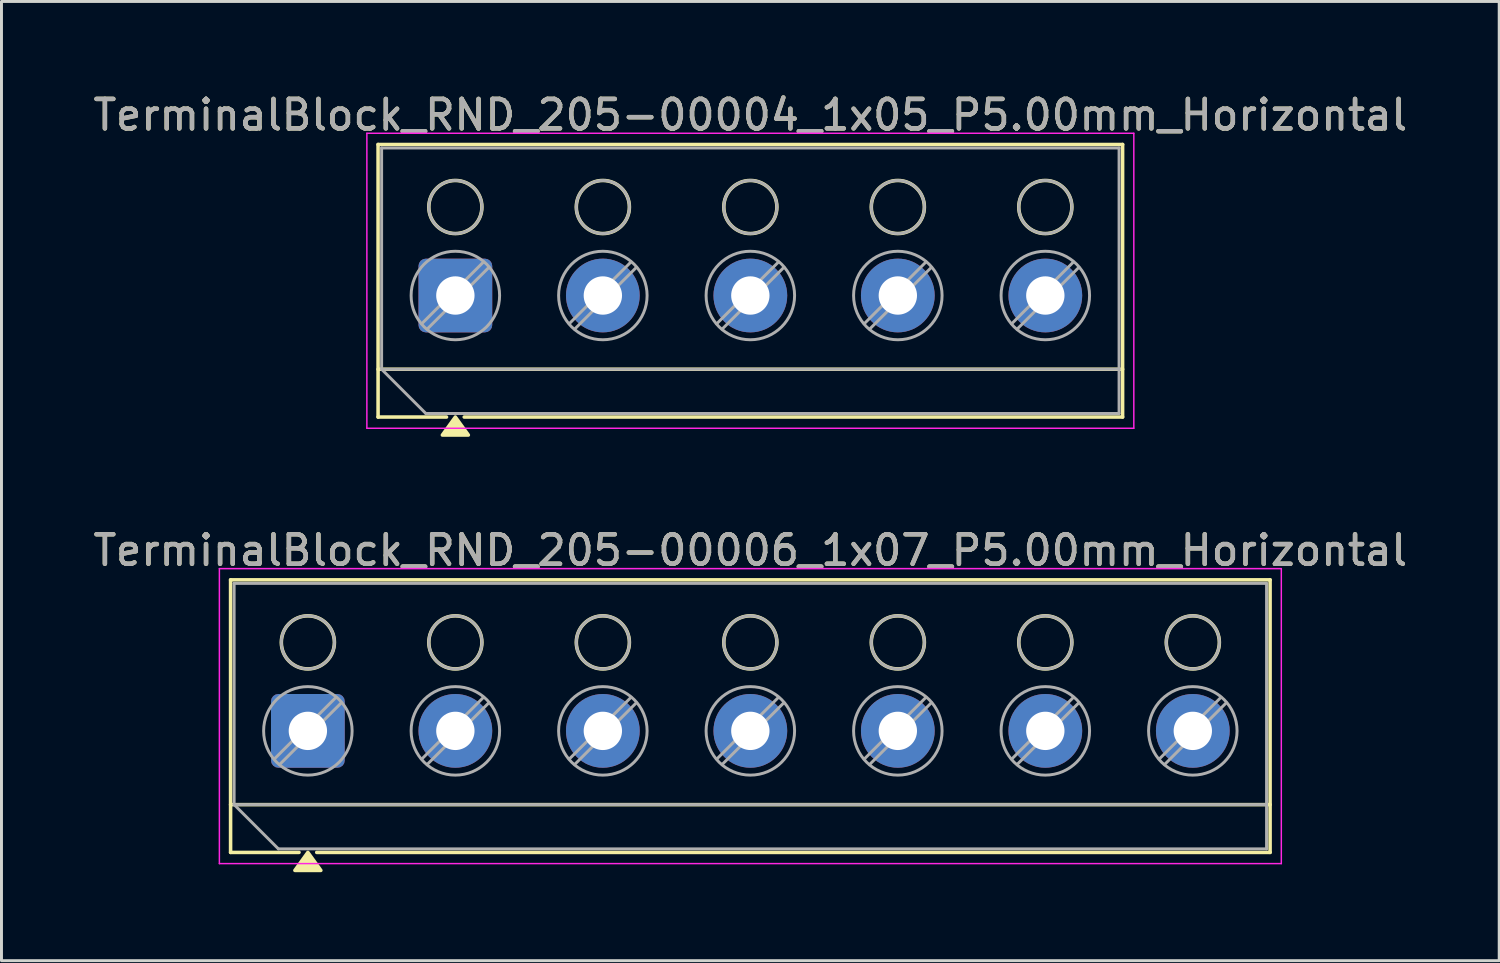
<source format=kicad_pcb>
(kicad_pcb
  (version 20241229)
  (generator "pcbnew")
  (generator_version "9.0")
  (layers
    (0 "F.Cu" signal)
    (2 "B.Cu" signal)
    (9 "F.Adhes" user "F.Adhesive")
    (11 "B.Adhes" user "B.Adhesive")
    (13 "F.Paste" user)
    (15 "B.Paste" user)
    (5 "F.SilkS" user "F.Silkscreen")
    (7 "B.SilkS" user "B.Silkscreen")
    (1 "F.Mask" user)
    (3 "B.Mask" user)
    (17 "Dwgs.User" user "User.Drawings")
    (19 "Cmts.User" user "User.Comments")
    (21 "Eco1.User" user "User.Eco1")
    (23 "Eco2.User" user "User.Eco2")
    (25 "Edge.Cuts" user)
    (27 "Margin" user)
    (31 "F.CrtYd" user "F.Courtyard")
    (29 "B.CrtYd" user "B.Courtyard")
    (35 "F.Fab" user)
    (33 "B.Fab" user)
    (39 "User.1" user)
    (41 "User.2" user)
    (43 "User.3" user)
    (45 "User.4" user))
  (footprint "TerminalBlock_RND_205-00004_1x05_P5.00mm_Horizontal"
    (layer "F.Cu")
    (at 12.387 6.968)
    (property "Reference" "TerminalBlock_RND_205-00004_1x05_P5.00mm_Horizontal" (at 10 -6.12 0) (layer "F.SilkS") (effects (font (size 1 1) (thickness 0.15))))
    (attr through_hole)
    (fp_line (start -2.62 -5.12) (end 22.62 -5.12) (stroke (width 0.12) (type solid)) (layer "F.SilkS"))
    (fp_line (start -2.62 2.5) (end 22.62 2.5) (stroke (width 0.12) (type solid)) (layer "F.SilkS"))
    (fp_line (start -2.62 4.12) (end -2.62 -5.12) (stroke (width 0.12) (type solid)) (layer "F.SilkS"))
    (fp_line (start -0.3 4.12) (end -2.62 4.12) (stroke (width 0.12) (type solid)) (layer "F.SilkS"))
    (fp_line (start 22.62 -5.12) (end 22.62 4.12) (stroke (width 0.12) (type solid)) (layer "F.SilkS"))
    (fp_line (start 22.62 4.12) (end 0.3 4.12) (stroke (width 0.12) (type solid)) (layer "F.SilkS"))
    (fp_circle (center 0 -3) (end 0.9 -3) (stroke (width 0.12) (type solid)) (fill no) (layer "F.SilkS"))
    (fp_circle (center 5 -3) (end 5.9 -3) (stroke (width 0.12) (type solid)) (fill no) (layer "F.SilkS"))
    (fp_circle (center 10 -3) (end 10.9 -3) (stroke (width 0.12) (type solid)) (fill no) (layer "F.SilkS"))
    (fp_circle (center 15 -3) (end 15.9 -3) (stroke (width 0.12) (type solid)) (fill no) (layer "F.SilkS"))
    (fp_circle (center 20 -3) (end 20.9 -3) (stroke (width 0.12) (type solid)) (fill no) (layer "F.SilkS"))
    (fp_poly (pts (xy 0 4.12) (xy 0.44 4.73) (xy -0.44 4.73)) (stroke (width 0.12) (type solid)) (fill yes) (layer "F.SilkS"))
    (fp_line (start -3 -5.5) (end -3 4.5) (stroke (width 0.05) (type solid)) (layer "F.CrtYd"))
    (fp_line (start -3 4.5) (end 23 4.5) (stroke (width 0.05) (type solid)) (layer "F.CrtYd"))
    (fp_line (start 23 -5.5) (end -3 -5.5) (stroke (width 0.05) (type solid)) (layer "F.CrtYd"))
    (fp_line (start 23 4.5) (end 23 -5.5) (stroke (width 0.05) (type solid)) (layer "F.CrtYd"))
    (fp_line (start -2.5 -5) (end 22.5 -5) (stroke (width 0.1) (type solid)) (layer "F.Fab"))
    (fp_line (start -2.5 2.5) (end -2.5 -5) (stroke (width 0.1) (type solid)) (layer "F.Fab"))
    (fp_line (start -2.5 2.5) (end 22.5 2.5) (stroke (width 0.1) (type solid)) (layer "F.Fab"))
    (fp_line (start -1 4) (end -2.5 2.5) (stroke (width 0.1) (type solid)) (layer "F.Fab"))
    (fp_line (start 0.955 -1.138) (end -1.138 0.955) (stroke (width 0.1) (type solid)) (layer "F.Fab"))
    (fp_line (start 1.138 -0.955) (end -0.955 1.138) (stroke (width 0.1) (type solid)) (layer "F.Fab"))
    (fp_line (start 5.955 -1.138) (end 3.862 0.955) (stroke (width 0.1) (type solid)) (layer "F.Fab"))
    (fp_line (start 6.138 -0.955) (end 4.045 1.138) (stroke (width 0.1) (type solid)) (layer "F.Fab"))
    (fp_line (start 10.955 -1.138) (end 8.862 0.955) (stroke (width 0.1) (type solid)) (layer "F.Fab"))
    (fp_line (start 11.138 -0.955) (end 9.045 1.138) (stroke (width 0.1) (type solid)) (layer "F.Fab"))
    (fp_line (start 15.955 -1.138) (end 13.862 0.955) (stroke (width 0.1) (type solid)) (layer "F.Fab"))
    (fp_line (start 16.138 -0.955) (end 14.045 1.138) (stroke (width 0.1) (type solid)) (layer "F.Fab"))
    (fp_line (start 20.955 -1.138) (end 18.862 0.955) (stroke (width 0.1) (type solid)) (layer "F.Fab"))
    (fp_line (start 21.138 -0.955) (end 19.045 1.138) (stroke (width 0.1) (type solid)) (layer "F.Fab"))
    (fp_line (start 22.5 -5) (end 22.5 4) (stroke (width 0.1) (type solid)) (layer "F.Fab"))
    (fp_line (start 22.5 4) (end -1 4) (stroke (width 0.1) (type solid)) (layer "F.Fab"))
    (fp_circle (center 0 -3) (end 0.9 -3) (stroke (width 0.1) (type solid)) (fill no) (layer "F.Fab"))
    (fp_circle (center 0 0) (end 1.5 0) (stroke (width 0.1) (type solid)) (fill no) (layer "F.Fab"))
    (fp_circle (center 5 -3) (end 5.9 -3) (stroke (width 0.1) (type solid)) (fill no) (layer "F.Fab"))
    (fp_circle (center 5 0) (end 6.5 0) (stroke (width 0.1) (type solid)) (fill no) (layer "F.Fab"))
    (fp_circle (center 10 -3) (end 10.9 -3) (stroke (width 0.1) (type solid)) (fill no) (layer "F.Fab"))
    (fp_circle (center 10 0) (end 11.5 0) (stroke (width 0.1) (type solid)) (fill no) (layer "F.Fab"))
    (fp_circle (center 15 -3) (end 15.9 -3) (stroke (width 0.1) (type solid)) (fill no) (layer "F.Fab"))
    (fp_circle (center 15 0) (end 16.5 0) (stroke (width 0.1) (type solid)) (fill no) (layer "F.Fab"))
    (fp_circle (center 20 -3) (end 20.9 -3) (stroke (width 0.1) (type solid)) (fill no) (layer "F.Fab"))
    (fp_circle (center 20 0) (end 21.5 0) (stroke (width 0.1) (type solid)) (fill no) (layer "F.Fab"))
    (fp_text user "${REFERENCE}" (at 10 -6.12 0) (layer "F.Fab") (effects (font (size 1 1) (thickness 0.15))))
    (pad "1" thru_hole roundrect (at 0 0) (size 2.5 2.5) (drill 1.3) (layers "*.Cu" "*.Mask") (roundrect_rratio 0.1))
    (pad "2" thru_hole circle (at 5 0) (size 2.5 2.5) (drill 1.3) (layers "*.Cu" "*.Mask"))
    (pad "3" thru_hole circle (at 10 0) (size 2.5 2.5) (drill 1.3) (layers "*.Cu" "*.Mask"))
    (pad "4" thru_hole circle (at 15 0) (size 2.5 2.5) (drill 1.3) (layers "*.Cu" "*.Mask"))
    (pad "5" thru_hole circle (at 20 0) (size 2.5 2.5) (drill 1.3) (layers "*.Cu" "*.Mask")))
  (footprint "TerminalBlock_RND_205-00006_1x07_P5.00mm_Horizontal"
    (layer "F.Cu")
    (at 7.387 21.727)
    (property "Reference" "TerminalBlock_RND_205-00006_1x07_P5.00mm_Horizontal" (at 15 -6.12 0) (layer "F.SilkS") (effects (font (size 1 1) (thickness 0.15))))
    (attr through_hole)
    (fp_line (start -2.62 -5.12) (end 32.62 -5.12) (stroke (width 0.12) (type solid)) (layer "F.SilkS"))
    (fp_line (start -2.62 2.5) (end 32.62 2.5) (stroke (width 0.12) (type solid)) (layer "F.SilkS"))
    (fp_line (start -2.62 4.12) (end -2.62 -5.12) (stroke (width 0.12) (type solid)) (layer "F.SilkS"))
    (fp_line (start -0.3 4.12) (end -2.62 4.12) (stroke (width 0.12) (type solid)) (layer "F.SilkS"))
    (fp_line (start 32.62 -5.12) (end 32.62 4.12) (stroke (width 0.12) (type solid)) (layer "F.SilkS"))
    (fp_line (start 32.62 4.12) (end 0.3 4.12) (stroke (width 0.12) (type solid)) (layer "F.SilkS"))
    (fp_circle (center 0 -3) (end 0.9 -3) (stroke (width 0.12) (type solid)) (fill no) (layer "F.SilkS"))
    (fp_circle (center 5 -3) (end 5.9 -3) (stroke (width 0.12) (type solid)) (fill no) (layer "F.SilkS"))
    (fp_circle (center 10 -3) (end 10.9 -3) (stroke (width 0.12) (type solid)) (fill no) (layer "F.SilkS"))
    (fp_circle (center 15 -3) (end 15.9 -3) (stroke (width 0.12) (type solid)) (fill no) (layer "F.SilkS"))
    (fp_circle (center 20 -3) (end 20.9 -3) (stroke (width 0.12) (type solid)) (fill no) (layer "F.SilkS"))
    (fp_circle (center 25 -3) (end 25.9 -3) (stroke (width 0.12) (type solid)) (fill no) (layer "F.SilkS"))
    (fp_circle (center 30 -3) (end 30.9 -3) (stroke (width 0.12) (type solid)) (fill no) (layer "F.SilkS"))
    (fp_poly (pts (xy 0 4.12) (xy 0.44 4.73) (xy -0.44 4.73)) (stroke (width 0.12) (type solid)) (fill yes) (layer "F.SilkS"))
    (fp_line (start -3 -5.5) (end -3 4.5) (stroke (width 0.05) (type solid)) (layer "F.CrtYd"))
    (fp_line (start -3 4.5) (end 33 4.5) (stroke (width 0.05) (type solid)) (layer "F.CrtYd"))
    (fp_line (start 33 -5.5) (end -3 -5.5) (stroke (width 0.05) (type solid)) (layer "F.CrtYd"))
    (fp_line (start 33 4.5) (end 33 -5.5) (stroke (width 0.05) (type solid)) (layer "F.CrtYd"))
    (fp_line (start -2.5 -5) (end 32.5 -5) (stroke (width 0.1) (type solid)) (layer "F.Fab"))
    (fp_line (start -2.5 2.5) (end -2.5 -5) (stroke (width 0.1) (type solid)) (layer "F.Fab"))
    (fp_line (start -2.5 2.5) (end 32.5 2.5) (stroke (width 0.1) (type solid)) (layer "F.Fab"))
    (fp_line (start -1 4) (end -2.5 2.5) (stroke (width 0.1) (type solid)) (layer "F.Fab"))
    (fp_line (start 0.955 -1.138) (end -1.138 0.955) (stroke (width 0.1) (type solid)) (layer "F.Fab"))
    (fp_line (start 1.138 -0.955) (end -0.955 1.138) (stroke (width 0.1) (type solid)) (layer "F.Fab"))
    (fp_line (start 5.955 -1.138) (end 3.862 0.955) (stroke (width 0.1) (type solid)) (layer "F.Fab"))
    (fp_line (start 6.138 -0.955) (end 4.045 1.138) (stroke (width 0.1) (type solid)) (layer "F.Fab"))
    (fp_line (start 10.955 -1.138) (end 8.862 0.955) (stroke (width 0.1) (type solid)) (layer "F.Fab"))
    (fp_line (start 11.138 -0.955) (end 9.045 1.138) (stroke (width 0.1) (type solid)) (layer "F.Fab"))
    (fp_line (start 15.955 -1.138) (end 13.862 0.955) (stroke (width 0.1) (type solid)) (layer "F.Fab"))
    (fp_line (start 16.138 -0.955) (end 14.045 1.138) (stroke (width 0.1) (type solid)) (layer "F.Fab"))
    (fp_line (start 20.955 -1.138) (end 18.862 0.955) (stroke (width 0.1) (type solid)) (layer "F.Fab"))
    (fp_line (start 21.138 -0.955) (end 19.045 1.138) (stroke (width 0.1) (type solid)) (layer "F.Fab"))
    (fp_line (start 25.955 -1.138) (end 23.862 0.955) (stroke (width 0.1) (type solid)) (layer "F.Fab"))
    (fp_line (start 26.138 -0.955) (end 24.045 1.138) (stroke (width 0.1) (type solid)) (layer "F.Fab"))
    (fp_line (start 30.955 -1.138) (end 28.862 0.955) (stroke (width 0.1) (type solid)) (layer "F.Fab"))
    (fp_line (start 31.138 -0.955) (end 29.045 1.138) (stroke (width 0.1) (type solid)) (layer "F.Fab"))
    (fp_line (start 32.5 -5) (end 32.5 4) (stroke (width 0.1) (type solid)) (layer "F.Fab"))
    (fp_line (start 32.5 4) (end -1 4) (stroke (width 0.1) (type solid)) (layer "F.Fab"))
    (fp_circle (center 0 -3) (end 0.9 -3) (stroke (width 0.1) (type solid)) (fill no) (layer "F.Fab"))
    (fp_circle (center 0 0) (end 1.5 0) (stroke (width 0.1) (type solid)) (fill no) (layer "F.Fab"))
    (fp_circle (center 5 -3) (end 5.9 -3) (stroke (width 0.1) (type solid)) (fill no) (layer "F.Fab"))
    (fp_circle (center 5 0) (end 6.5 0) (stroke (width 0.1) (type solid)) (fill no) (layer "F.Fab"))
    (fp_circle (center 10 -3) (end 10.9 -3) (stroke (width 0.1) (type solid)) (fill no) (layer "F.Fab"))
    (fp_circle (center 10 0) (end 11.5 0) (stroke (width 0.1) (type solid)) (fill no) (layer "F.Fab"))
    (fp_circle (center 15 -3) (end 15.9 -3) (stroke (width 0.1) (type solid)) (fill no) (layer "F.Fab"))
    (fp_circle (center 15 0) (end 16.5 0) (stroke (width 0.1) (type solid)) (fill no) (layer "F.Fab"))
    (fp_circle (center 20 -3) (end 20.9 -3) (stroke (width 0.1) (type solid)) (fill no) (layer "F.Fab"))
    (fp_circle (center 20 0) (end 21.5 0) (stroke (width 0.1) (type solid)) (fill no) (layer "F.Fab"))
    (fp_circle (center 25 -3) (end 25.9 -3) (stroke (width 0.1) (type solid)) (fill no) (layer "F.Fab"))
    (fp_circle (center 25 0) (end 26.5 0) (stroke (width 0.1) (type solid)) (fill no) (layer "F.Fab"))
    (fp_circle (center 30 -3) (end 30.9 -3) (stroke (width 0.1) (type solid)) (fill no) (layer "F.Fab"))
    (fp_circle (center 30 0) (end 31.5 0) (stroke (width 0.1) (type solid)) (fill no) (layer "F.Fab"))
    (fp_text user "${REFERENCE}" (at 15 -6.12 0) (layer "F.Fab") (effects (font (size 1 1) (thickness 0.15))))
    (pad "1" thru_hole roundrect (at 0 0) (size 2.5 2.5) (drill 1.3) (layers "*.Cu" "*.Mask") (roundrect_rratio 0.1))
    (pad "2" thru_hole circle (at 5 0) (size 2.5 2.5) (drill 1.3) (layers "*.Cu" "*.Mask"))
    (pad "3" thru_hole circle (at 10 0) (size 2.5 2.5) (drill 1.3) (layers "*.Cu" "*.Mask"))
    (pad "4" thru_hole circle (at 15 0) (size 2.5 2.5) (drill 1.3) (layers "*.Cu" "*.Mask"))
    (pad "5" thru_hole circle (at 20 0) (size 2.5 2.5) (drill 1.3) (layers "*.Cu" "*.Mask"))
    (pad "6" thru_hole circle (at 25 0) (size 2.5 2.5) (drill 1.3) (layers "*.Cu" "*.Mask"))
    (pad "7" thru_hole circle (at 30 0) (size 2.5 2.5) (drill 1.3) (layers "*.Cu" "*.Mask")))
  (gr_rect
    (start -3 -3)
    (end 47.774 29.517)
    (stroke (width 0.1) (type default))
    (fill no)
    (layer "Edge.Cuts")))
</source>
